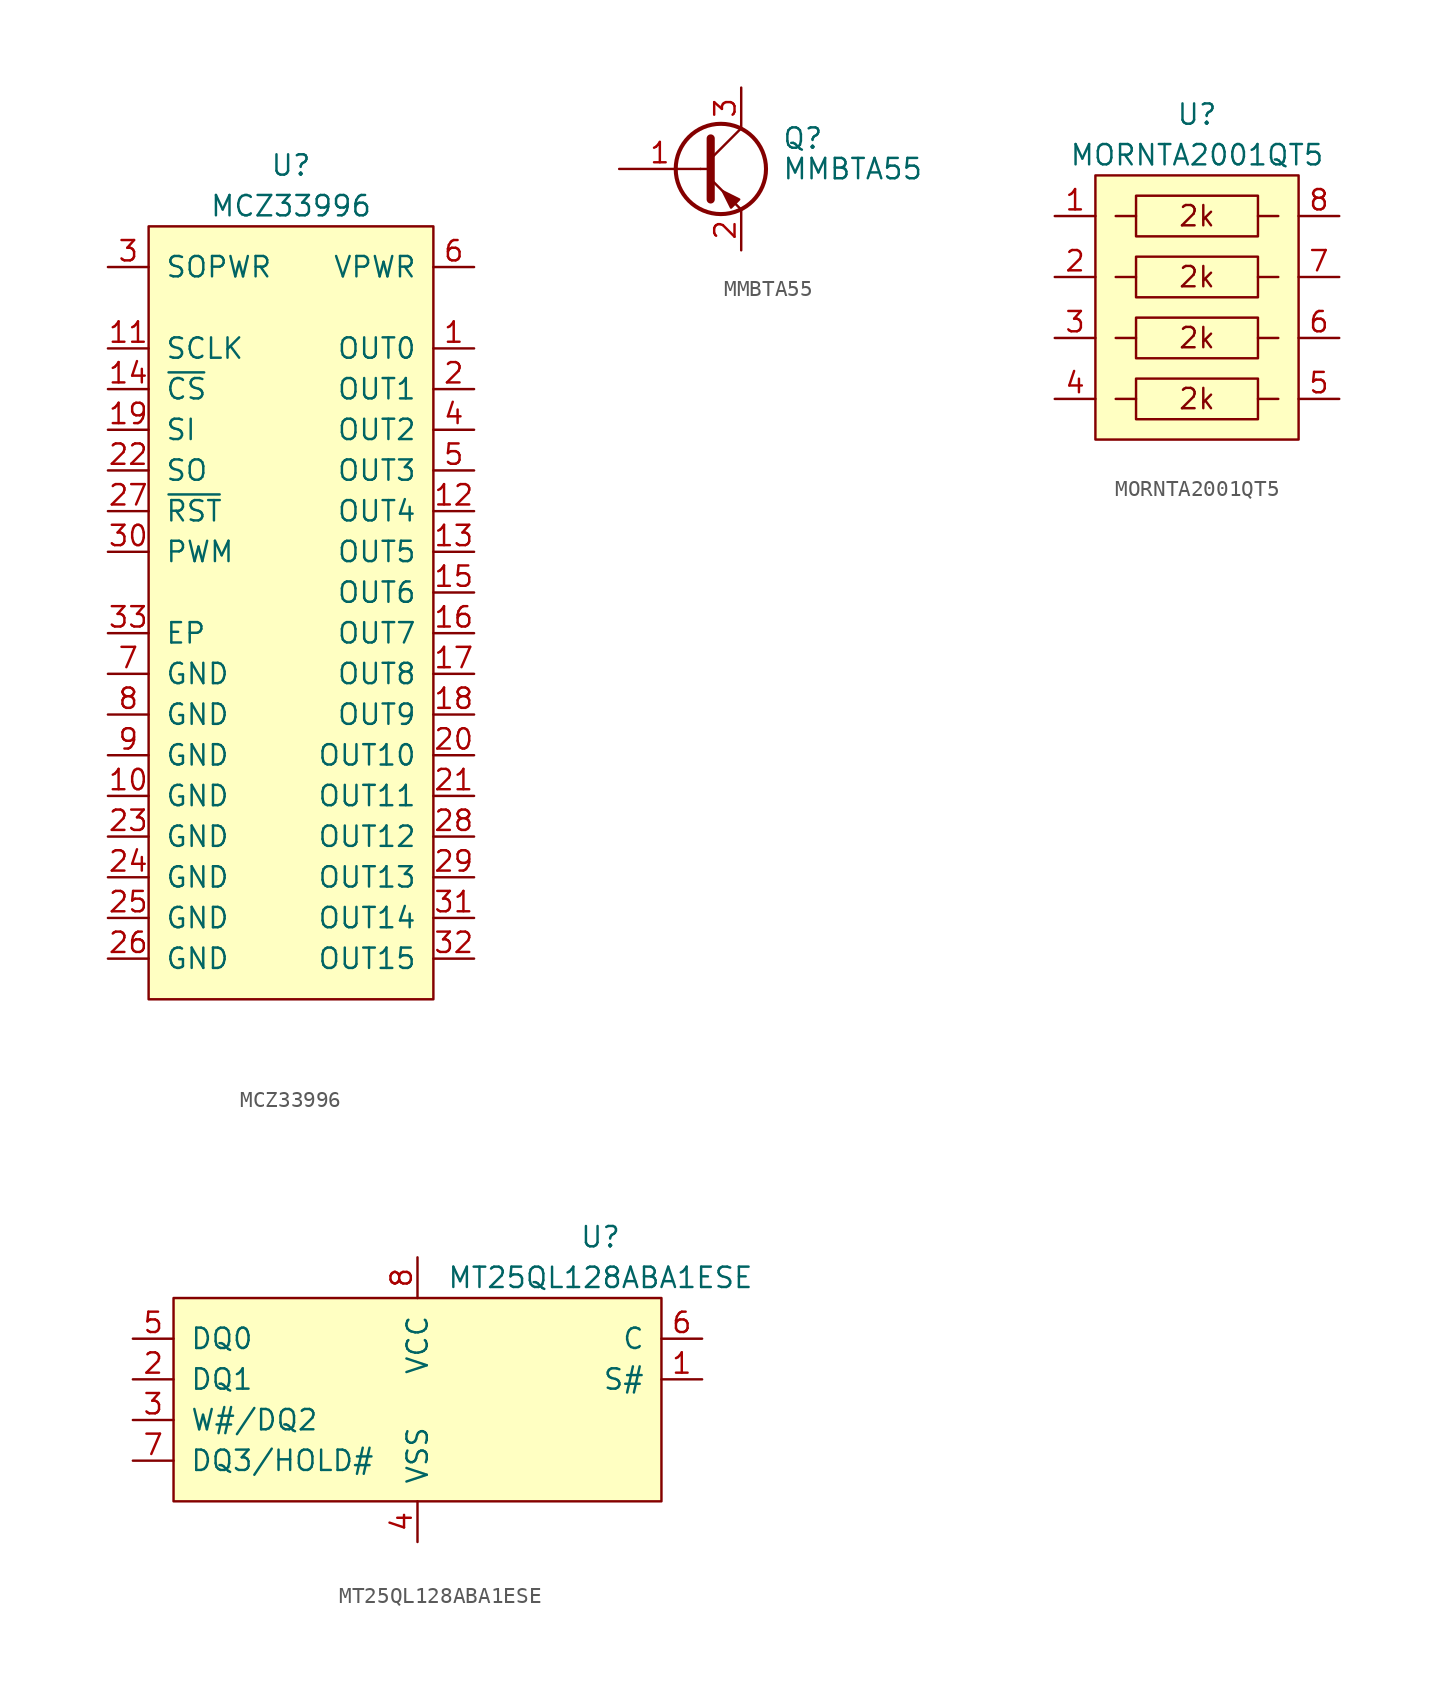
<source format=kicad_sym>
(kicad_symbol_lib
  (version 20220914)
  (generator kicad_symbol_editor)
  (symbol "MCZ33996"
    (pin_names
      (offset 1.016))
    (property "Reference" "U"
      (at 0 27.94 0)
      (effects (font (size 1.27 1.27))))
    (property "Value" "MCZ33996"
      (at 0 25.4 0)
      (effects (font (size 1.27 1.27))))
    (symbol "MCZ33996_0_1"
      (rectangle (start -8.89 24.13) (end 8.89 -24.13) (stroke (width 0) (type solid)) (fill (type background))))
    (symbol "MCZ33996_1_1"
      (pin bidirectional line (at 11.43 16.51 180) (length 2.54) (name "OUT0" (effects (font (size 1.27 1.27)))) (number "1" (effects (font (size 1.27 1.27)))))
      (pin passive line (at -11.43 -11.43 0) (length 2.54) (name "GND" (effects (font (size 1.27 1.27)))) (number "10" (effects (font (size 1.27 1.27)))))
      (pin bidirectional line (at -11.43 16.51 0) (length 2.54) (name "SCLK" (effects (font (size 1.27 1.27)))) (number "11" (effects (font (size 1.27 1.27)))))
      (pin bidirectional line (at 11.43 6.35 180) (length 2.54) (name "OUT4" (effects (font (size 1.27 1.27)))) (number "12" (effects (font (size 1.27 1.27)))))
      (pin bidirectional line (at 11.43 3.81 180) (length 2.54) (name "OUT5" (effects (font (size 1.27 1.27)))) (number "13" (effects (font (size 1.27 1.27)))))
      (pin bidirectional line (at -11.43 13.97 0) (length 2.54) (name "~{CS}" (effects (font (size 1.27 1.27)))) (number "14" (effects (font (size 1.27 1.27)))))
      (pin bidirectional line (at 11.43 1.27 180) (length 2.54) (name "OUT6" (effects (font (size 1.27 1.27)))) (number "15" (effects (font (size 1.27 1.27)))))
      (pin bidirectional line (at 11.43 -1.27 180) (length 2.54) (name "OUT7" (effects (font (size 1.27 1.27)))) (number "16" (effects (font (size 1.27 1.27)))))
      (pin bidirectional line (at 11.43 -3.81 180) (length 2.54) (name "OUT8" (effects (font (size 1.27 1.27)))) (number "17" (effects (font (size 1.27 1.27)))))
      (pin bidirectional line (at 11.43 -6.35 180) (length 2.54) (name "OUT9" (effects (font (size 1.27 1.27)))) (number "18" (effects (font (size 1.27 1.27)))))
      (pin bidirectional line (at -11.43 11.43 0) (length 2.54) (name "SI" (effects (font (size 1.27 1.27)))) (number "19" (effects (font (size 1.27 1.27)))))
      (pin bidirectional line (at 11.43 13.97 180) (length 2.54) (name "OUT1" (effects (font (size 1.27 1.27)))) (number "2" (effects (font (size 1.27 1.27)))))
      (pin bidirectional line (at 11.43 -8.89 180) (length 2.54) (name "OUT10" (effects (font (size 1.27 1.27)))) (number "20" (effects (font (size 1.27 1.27)))))
      (pin bidirectional line (at 11.43 -11.43 180) (length 2.54) (name "OUT11" (effects (font (size 1.27 1.27)))) (number "21" (effects (font (size 1.27 1.27)))))
      (pin bidirectional line (at -11.43 8.89 0) (length 2.54) (name "SO" (effects (font (size 1.27 1.27)))) (number "22" (effects (font (size 1.27 1.27)))))
      (pin passive line (at -11.43 -13.97 0) (length 2.54) (name "GND" (effects (font (size 1.27 1.27)))) (number "23" (effects (font (size 1.27 1.27)))))
      (pin passive line (at -11.43 -16.51 0) (length 2.54) (name "GND" (effects (font (size 1.27 1.27)))) (number "24" (effects (font (size 1.27 1.27)))))
      (pin passive line (at -11.43 -19.05 0) (length 2.54) (name "GND" (effects (font (size 1.27 1.27)))) (number "25" (effects (font (size 1.27 1.27)))))
      (pin passive line (at -11.43 -21.59 0) (length 2.54) (name "GND" (effects (font (size 1.27 1.27)))) (number "26" (effects (font (size 1.27 1.27)))))
      (pin bidirectional line (at -11.43 6.35 0) (length 2.54) (name "~{RST}" (effects (font (size 1.27 1.27)))) (number "27" (effects (font (size 1.27 1.27)))))
      (pin bidirectional line (at 11.43 -13.97 180) (length 2.54) (name "OUT12" (effects (font (size 1.27 1.27)))) (number "28" (effects (font (size 1.27 1.27)))))
      (pin bidirectional line (at 11.43 -16.51 180) (length 2.54) (name "OUT13" (effects (font (size 1.27 1.27)))) (number "29" (effects (font (size 1.27 1.27)))))
      (pin passive line (at -11.43 21.59 0) (length 2.54) (name "SOPWR" (effects (font (size 1.27 1.27)))) (number "3" (effects (font (size 1.27 1.27)))))
      (pin bidirectional line (at -11.43 3.81 0) (length 2.54) (name "PWM" (effects (font (size 1.27 1.27)))) (number "30" (effects (font (size 1.27 1.27)))))
      (pin bidirectional line (at 11.43 -19.05 180) (length 2.54) (name "OUT14" (effects (font (size 1.27 1.27)))) (number "31" (effects (font (size 1.27 1.27)))))
      (pin bidirectional line (at 11.43 -21.59 180) (length 2.54) (name "OUT15" (effects (font (size 1.27 1.27)))) (number "32" (effects (font (size 1.27 1.27)))))
      (pin passive line (at -11.43 -1.27 0) (length 2.54) (name "EP" (effects (font (size 1.27 1.27)))) (number "33" (effects (font (size 1.27 1.27)))))
      (pin bidirectional line (at 11.43 11.43 180) (length 2.54) (name "OUT2" (effects (font (size 1.27 1.27)))) (number "4" (effects (font (size 1.27 1.27)))))
      (pin bidirectional line (at 11.43 8.89 180) (length 2.54) (name "OUT3" (effects (font (size 1.27 1.27)))) (number "5" (effects (font (size 1.27 1.27)))))
      (pin passive line (at 11.43 21.59 180) (length 2.54) (name "VPWR" (effects (font (size 1.27 1.27)))) (number "6" (effects (font (size 1.27 1.27)))))
      (pin passive line (at -11.43 -3.81 0) (length 2.54) (name "GND" (effects (font (size 1.27 1.27)))) (number "7" (effects (font (size 1.27 1.27)))))
      (pin passive line (at -11.43 -6.35 0) (length 2.54) (name "GND" (effects (font (size 1.27 1.27)))) (number "8" (effects (font (size 1.27 1.27)))))
      (pin passive line (at -11.43 -8.89 0) (length 2.54) (name "GND" (effects (font (size 1.27 1.27)))) (number "9" (effects (font (size 1.27 1.27)))))))
  (symbol "MMBTA55"
    (pin_names
      (offset 0) hide)
    (property "Reference" "Q"
      (at 5.08 1.905 0)
      (effects (font (size 1.27 1.27)) (justify left)))
    (property "Value" "MMBTA55"
      (at 5.08 0 0)
      (effects (font (size 1.27 1.27)) (justify left)))
    (symbol "MMBTA55_0_1"
      (polyline (pts (xy 0 0) (xy 0.635 0)) (stroke (width 0) (type solid)) (fill (type none)))
      (polyline (pts (xy 2.54 -2.54) (xy 0.635 -0.635)) (stroke (width 0) (type solid)) (fill (type none)))
      (polyline (pts (xy 2.54 2.54) (xy 0.635 0.635)) (stroke (width 0) (type solid)) (fill (type none)))
      (polyline (pts (xy 0.635 1.905) (xy 0.635 -1.905) (xy 0.635 -1.905)) (stroke (width 0.508) (type solid)) (fill (type outline)))
      (polyline (pts (xy 1.905 -2.413) (xy 2.413 -1.905) (xy 1.397 -1.397) (xy 1.905 -2.413) (xy 1.905 -2.413)) (stroke (width 0) (type solid)) (fill (type outline)))
      (circle (center 1.27 0) (radius 2.819) (stroke (width 0.254) (type solid)) (fill (type none))))
    (symbol "MMBTA55_1_1"
      (pin input line (at -5.08 0 0) (length 5.08) (name "B" (effects (font (size 1.27 1.27)))) (number "1" (effects (font (size 1.27 1.27)))))
      (pin passive line (at 2.54 -5.08 90) (length 2.54) (name "E" (effects (font (size 1.27 1.27)))) (number "2" (effects (font (size 1.27 1.27)))))
      (pin passive line (at 2.54 5.08 270) (length 2.54) (name "C" (effects (font (size 1.27 1.27)))) (number "3" (effects (font (size 1.27 1.27)))))))
  (symbol "MORNTA2001QT5"
    (pin_names
      (offset 1.016))
    (property "Reference" "U"
      (at 0 11.43 0)
      (effects (font (size 1.27 1.27))))
    (property "Value" "MORNTA2001QT5"
      (at 0 8.89 0)
      (effects (font (size 1.27 1.27))))
    (symbol "MORNTA2001QT5_0_0"
      (polyline (pts (xy -3.81 -6.35) (xy -5.08 -6.35)) (stroke (width 0) (type solid)) (fill (type none)))
      (polyline (pts (xy -3.81 -2.54) (xy -5.08 -2.54)) (stroke (width 0) (type solid)) (fill (type none)))
      (polyline (pts (xy -3.81 1.27) (xy -5.08 1.27)) (stroke (width 0) (type solid)) (fill (type none)))
      (polyline (pts (xy -3.81 5.08) (xy -5.08 5.08)) (stroke (width 0) (type solid)) (fill (type none)))
      (polyline (pts (xy 3.81 -6.35) (xy 5.08 -6.35)) (stroke (width 0) (type solid)) (fill (type none)))
      (polyline (pts (xy 3.81 -2.54) (xy 5.08 -2.54)) (stroke (width 0) (type solid)) (fill (type none)))
      (polyline (pts (xy 3.81 1.27) (xy 5.08 1.27)) (stroke (width 0) (type solid)) (fill (type none)))
      (polyline (pts (xy 3.81 5.08) (xy 5.08 5.08)) (stroke (width 0) (type solid)) (fill (type none)))
      (text "2k" (at 0 -6.35 0) (effects (font (size 1.27 1.27)))))
    (symbol "MORNTA2001QT5_0_1"
      (rectangle (start -6.35 7.62) (end 6.35 -8.89) (stroke (width 0) (type solid)) (fill (type background)))
      (rectangle (start -3.81 -5.08) (end 3.81 -7.62) (stroke (width 0) (type solid)) (fill (type none))))
    (symbol "MORNTA2001QT5_1_1"
      (rectangle (start -3.81 -1.27) (end 3.81 -3.81) (stroke (width 0) (type solid)) (fill (type none)))
      (rectangle (start -3.81 2.54) (end 3.81 0) (stroke (width 0) (type solid)) (fill (type none)))
      (rectangle (start -3.81 6.35) (end 3.81 3.81) (stroke (width 0) (type solid)) (fill (type none)))
      (text "2k" (at 0 -2.54 0) (effects (font (size 1.27 1.27))))
      (text "2k" (at 0 1.27 0) (effects (font (size 1.27 1.27))))
      (text "2k" (at 0 5.08 0) (effects (font (size 1.27 1.27))))
      (pin passive line (at -8.89 5.08 0) (length 2.54) (name "~" (effects (font (size 1.27 1.27)))) (number "1" (effects (font (size 1.27 1.27)))))
      (pin passive line (at -8.89 1.27 0) (length 2.54) (name "~" (effects (font (size 1.27 1.27)))) (number "2" (effects (font (size 1.27 1.27)))))
      (pin passive line (at -8.89 -2.54 0) (length 2.54) (name "~" (effects (font (size 1.27 1.27)))) (number "3" (effects (font (size 1.27 1.27)))))
      (pin passive line (at -8.89 -6.35 0) (length 2.54) (name "~" (effects (font (size 1.27 1.27)))) (number "4" (effects (font (size 1.27 1.27)))))
      (pin passive line (at 8.89 -6.35 180) (length 2.54) (name "~" (effects (font (size 1.27 1.27)))) (number "5" (effects (font (size 1.27 1.27)))))
      (pin passive line (at 8.89 -2.54 180) (length 2.54) (name "~" (effects (font (size 1.27 1.27)))) (number "6" (effects (font (size 1.27 1.27)))))
      (pin passive line (at 8.89 1.27 180) (length 2.54) (name "~" (effects (font (size 1.27 1.27)))) (number "7" (effects (font (size 1.27 1.27)))))
      (pin passive line (at 8.89 5.08 180) (length 2.54) (name "~" (effects (font (size 1.27 1.27)))) (number "8" (effects (font (size 1.27 1.27)))))))
  (symbol "MT25QL128ABA1ESE"
    (pin_names
      (offset 1.016))
    (property "Reference" "U"
      (at 11.43 10.16 0)
      (effects (font (size 1.27 1.27))))
    (property "Value" "MT25QL128ABA1ESE"
      (at 11.43 7.62 0)
      (effects (font (size 1.27 1.27))))
    (symbol "MT25QL128ABA1ESE_0_1"
      (rectangle (start -15.24 6.35) (end 15.24 -6.35) (stroke (width 0) (type solid)) (fill (type background))))
    (symbol "MT25QL128ABA1ESE_1_1"
      (pin bidirectional line (at 17.78 1.27 180) (length 2.54) (name "S#" (effects (font (size 1.27 1.27)))) (number "1" (effects (font (size 1.27 1.27)))))
      (pin bidirectional line (at -17.78 1.27 0) (length 2.54) (name "DQ1" (effects (font (size 1.27 1.27)))) (number "2" (effects (font (size 1.27 1.27)))))
      (pin bidirectional line (at -17.78 -1.27 0) (length 2.54) (name "W#/DQ2" (effects (font (size 1.27 1.27)))) (number "3" (effects (font (size 1.27 1.27)))))
      (pin passive line (at 0 -8.89 90) (length 2.54) (name "VSS" (effects (font (size 1.27 1.27)))) (number "4" (effects (font (size 1.27 1.27)))))
      (pin bidirectional line (at -17.78 3.81 0) (length 2.54) (name "DQ0" (effects (font (size 1.27 1.27)))) (number "5" (effects (font (size 1.27 1.27)))))
      (pin bidirectional line (at 17.78 3.81 180) (length 2.54) (name "C" (effects (font (size 1.27 1.27)))) (number "6" (effects (font (size 1.27 1.27)))))
      (pin bidirectional line (at -17.78 -3.81 0) (length 2.54) (name "DQ3/HOLD#" (effects (font (size 1.27 1.27)))) (number "7" (effects (font (size 1.27 1.27)))))
      (pin passive line (at 0 8.89 270) (length 2.54) (name "VCC" (effects (font (size 1.27 1.27)))) (number "8" (effects (font (size 1.27 1.27))))))))
</source>
